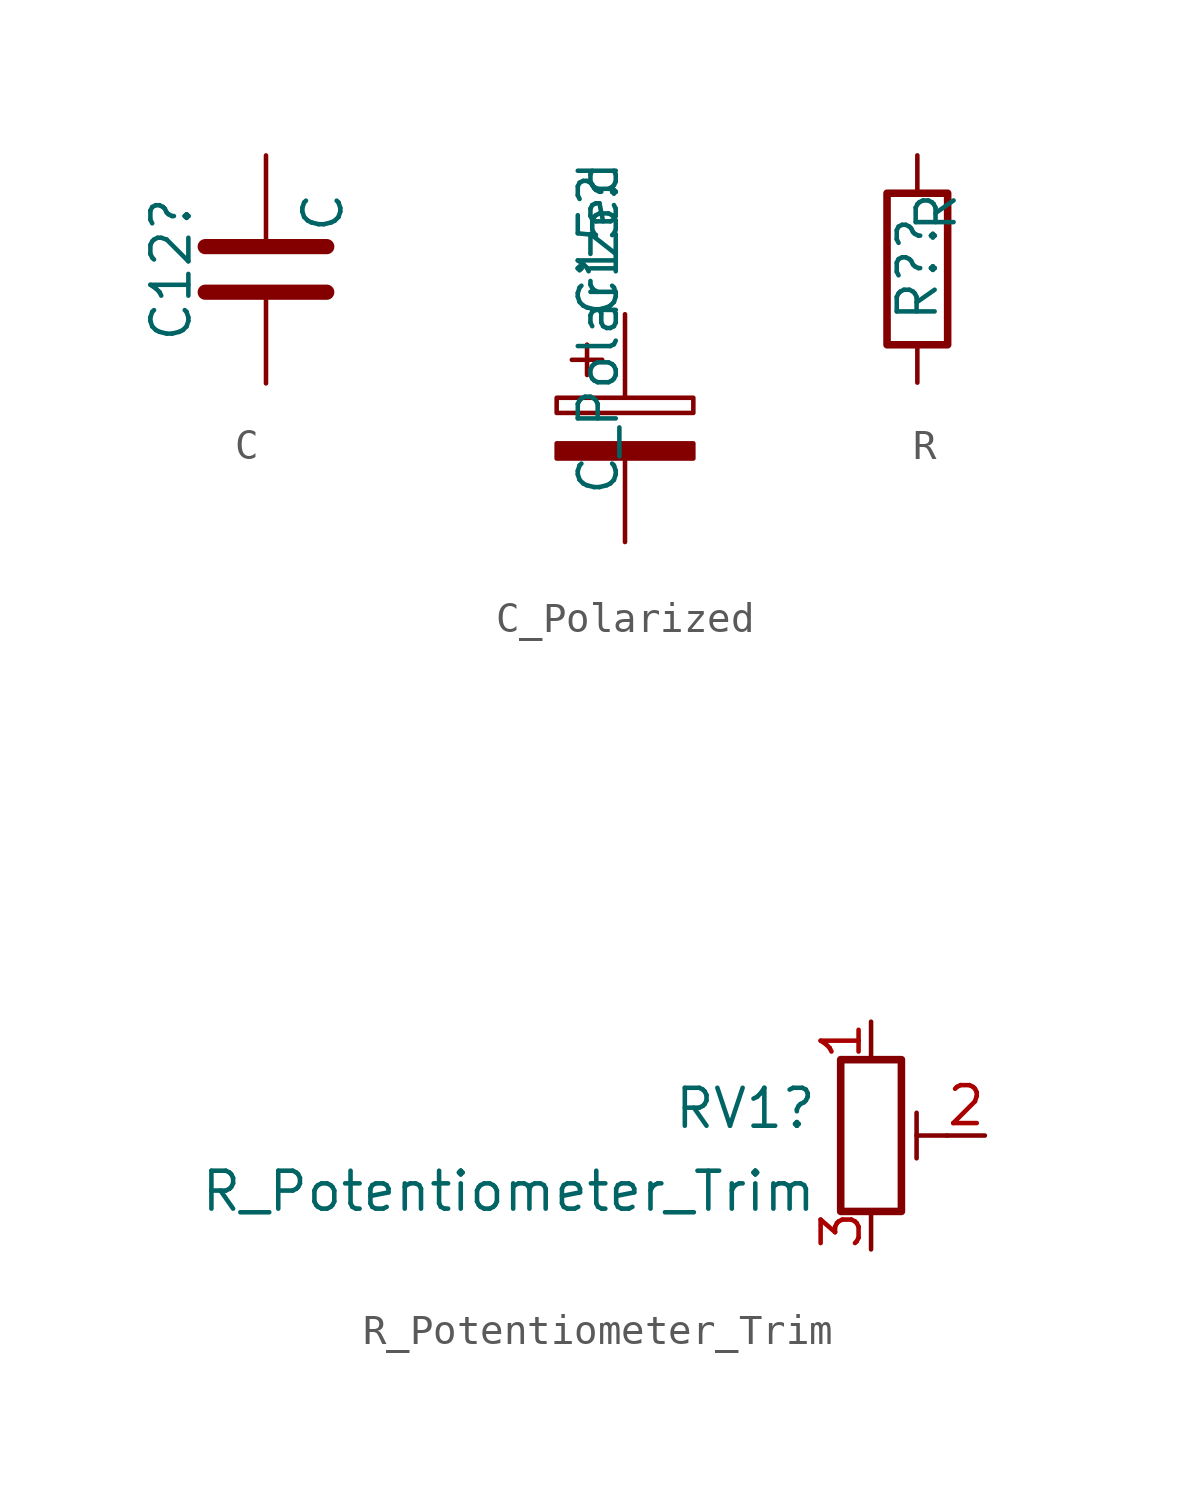
<source format=kicad_sym>
(kicad_symbol_lib
  (version 20211014)
  (generator kicad_symbol_editor)
  (symbol "C"
    (pin_numbers hide)
    (pin_names
      (offset 0.254))
    (property "Reference" "C12"
      (at -3.175 0 90)
      (effects (font (size 1.27 1.27))))
    (property "Value" "C"
      (at 1.905 1.905 90)
      (effects (font (size 1.27 1.27))))
    (symbol "C_0_1"
      (polyline (pts (xy -2.032 -0.762) (xy 2.032 -0.762)) (stroke (width 0.508) (type default) (color 0 0 0 0)) (fill (type none)))
      (polyline (pts (xy -2.032 0.762) (xy 2.032 0.762)) (stroke (width 0.508) (type default) (color 0 0 0 0)) (fill (type none))))
    (symbol "C_1_1"
      (pin passive line (at 0 3.81 270) (length 2.794) (name "~" (effects (font (size 1.27 1.27)))) (number "1" (effects (font (size 1.27 1.27)))))
      (pin passive line (at 0 -3.81 90) (length 2.794) (name "~" (effects (font (size 1.27 1.27)))) (number "2" (effects (font (size 1.27 1.27)))))))
  (symbol "C_Polarized"
    (pin_numbers hide)
    (pin_names
      (offset 0.254))
    (property "Reference" "C15"
      (at -0.889 6.125 90)
      (effects (font (size 1.27 1.27))))
    (property "Value" "C_Polarized"
      (at -0.889 3.35 90)
      (effects (font (size 1.27 1.27))))
    (symbol "C_Polarized_0_1"
      (rectangle (start -2.286 0.508) (end 2.286 1.016) (stroke (width 0) (type default) (color 0 0 0 0)) (fill (type none)))
      (polyline (pts (xy -1.778 2.286) (xy -0.762 2.286)) (stroke (width 0) (type default) (color 0 0 0 0)) (fill (type none)))
      (polyline (pts (xy -1.27 2.794) (xy -1.27 1.778)) (stroke (width 0) (type default) (color 0 0 0 0)) (fill (type none)))
      (rectangle (start 2.286 -0.508) (end -2.286 -1.016) (stroke (width 0) (type default) (color 0 0 0 0)) (fill (type outline))))
    (symbol "C_Polarized_1_1"
      (pin passive line (at 0 3.81 270) (length 2.794) (name "~" (effects (font (size 1.27 1.27)))) (number "1" (effects (font (size 1.27 1.27)))))
      (pin passive line (at 0 -3.81 90) (length 2.794) (name "~" (effects (font (size 1.27 1.27)))) (number "2" (effects (font (size 1.27 1.27)))))))
  (symbol "R"
    (pin_numbers hide)
    (pin_names
      (offset 0))
    (property "Reference" "R?"
      (at 0 0 90)
      (effects (font (size 1.27 1.27))))
    (property "Value" "R"
      (at 0.635 1.905 90)
      (effects (font (size 1.27 1.27))))
    (symbol "R_0_1"
      (rectangle (start 1.016 2.54) (end -1.016 -2.54) (stroke (width 0.254) (type default) (color 0 0 0 0)) (fill (type none))))
    (symbol "R_1_1"
      (pin passive line (at 0 -3.81 90) (length 1.27) (name "~" (effects (font (size 1.27 1.27)))) (number "1" (effects (font (size 1.27 1.27)))))
      (pin passive line (at 0 3.81 270) (length 1.27) (name "~" (effects (font (size 1.27 1.27)))) (number "2" (effects (font (size 1.27 1.27)))))))
  (symbol "R_Potentiometer_Trim"
    (pin_names
      (offset 1.016) hide)
    (property "Reference" "RV1"
      (at -1.778 0.908 0)
      (effects (font (size 1.27 1.27)) (justify right)))
    (property "Value" "R_Potentiometer_Trim"
      (at -1.778 -1.867 0)
      (effects (font (size 1.27 1.27)) (justify right)))
    (property "Name" ""
      (at 3.81 10.16 0)
      (effects (font (size 1.27 1.27))))
    (symbol "R_Potentiometer_Trim_0_1"
      (polyline (pts (xy 1.524 0.762) (xy 1.524 -0.762)) (stroke (width 0) (type default) (color 0 0 0 0)) (fill (type none)))
      (polyline (pts (xy 2.54 0) (xy 1.524 0)) (stroke (width 0) (type default) (color 0 0 0 0)) (fill (type none)))
      (rectangle (start 1.016 2.54) (end -1.016 -2.54) (stroke (width 0.254) (type default) (color 0 0 0 0)) (fill (type none))))
    (symbol "R_Potentiometer_Trim_1_1"
      (pin passive line (at 0 3.81 270) (length 1.27) (name "1" (effects (font (size 1.27 1.27)))) (number "1" (effects (font (size 1.27 1.27)))))
      (pin passive line (at 3.81 0 180) (length 1.27) (name "2" (effects (font (size 1.27 1.27)))) (number "2" (effects (font (size 1.27 1.27)))))
      (pin passive line (at 0 -3.81 90) (length 1.27) (name "3" (effects (font (size 1.27 1.27)))) (number "3" (effects (font (size 1.27 1.27))))))))
</source>
